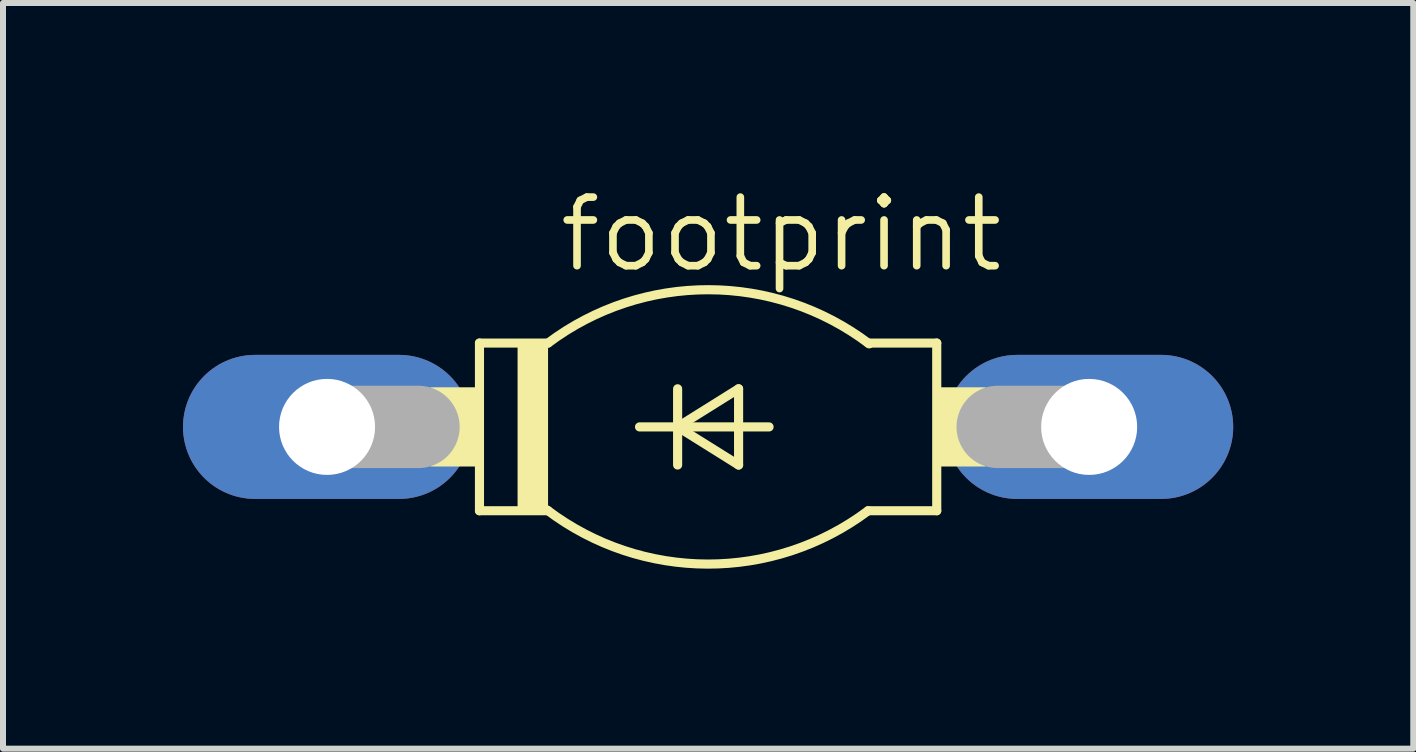
<source format=kicad_pcb>
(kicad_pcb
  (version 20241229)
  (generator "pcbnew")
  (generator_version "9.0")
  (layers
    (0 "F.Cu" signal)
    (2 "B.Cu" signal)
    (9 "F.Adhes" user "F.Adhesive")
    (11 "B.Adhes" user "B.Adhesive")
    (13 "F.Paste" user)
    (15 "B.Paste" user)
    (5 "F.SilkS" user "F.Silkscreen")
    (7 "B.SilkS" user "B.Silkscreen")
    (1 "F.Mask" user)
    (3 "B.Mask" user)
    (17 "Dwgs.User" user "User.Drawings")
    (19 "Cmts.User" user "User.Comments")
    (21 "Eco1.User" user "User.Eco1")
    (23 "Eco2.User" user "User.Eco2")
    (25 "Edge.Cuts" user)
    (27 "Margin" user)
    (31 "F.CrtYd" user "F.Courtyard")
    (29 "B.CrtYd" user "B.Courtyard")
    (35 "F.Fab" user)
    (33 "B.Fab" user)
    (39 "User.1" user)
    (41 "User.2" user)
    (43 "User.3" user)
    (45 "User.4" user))
  (footprint "footprint"
    (layer "F.Cu")
    (at 8.75 4.064)
    (property "Reference" "footprint" (at -2.54 -2.54 0) (layer "F.SilkS") (effects (font (size 1.143 1.143) (thickness 0.127)) (justify left bottom)))
    (fp_line (start -3.81 -1.397) (end -3.81 1.397) (stroke (width 0.152) (type solid)) (layer "F.SilkS"))
    (fp_line (start -3.81 -1.397) (end -2.667 -1.397) (stroke (width 0.152) (type solid)) (layer "F.SilkS"))
    (fp_line (start -3.81 1.397) (end -2.667 1.397) (stroke (width 0.152) (type solid)) (layer "F.SilkS"))
    (fp_line (start -1.143 0) (end -0.508 0) (stroke (width 0.152) (type solid)) (layer "F.SilkS"))
    (fp_line (start -0.508 -0.635) (end -0.508 0) (stroke (width 0.152) (type solid)) (layer "F.SilkS"))
    (fp_line (start -0.508 0) (end -0.508 0.635) (stroke (width 0.152) (type solid)) (layer "F.SilkS"))
    (fp_line (start -0.508 0) (end 0.508 -0.635) (stroke (width 0.152) (type solid)) (layer "F.SilkS"))
    (fp_line (start -0.508 0) (end 1.016 0) (stroke (width 0.152) (type solid)) (layer "F.SilkS"))
    (fp_line (start 0.508 -0.635) (end 0.508 0.635) (stroke (width 0.152) (type solid)) (layer "F.SilkS"))
    (fp_line (start 0.508 0.635) (end -0.508 0) (stroke (width 0.152) (type solid)) (layer "F.SilkS"))
    (fp_line (start 2.667 1.397) (end 3.81 1.397) (stroke (width 0.152) (type solid)) (layer "F.SilkS"))
    (fp_line (start 3.81 -1.397) (end 2.667 -1.397) (stroke (width 0.152) (type solid)) (layer "F.SilkS"))
    (fp_line (start 3.81 1.397) (end 3.81 -1.397) (stroke (width 0.152) (type solid)) (layer "F.SilkS"))
    (fp_arc (start -2.667 -1.397) (mid 0.010709 -2.285983) (end 2.684101 -1.384101) (stroke (width 0.1524) (type solid)) (layer "F.SilkS"))
    (fp_arc (start 2.666999 1.396999) (mid -0.010709 2.285982) (end -2.6841 1.3841) (stroke (width 0.1524) (type solid)) (layer "F.SilkS"))
    (fp_poly (pts (xy -4.623 0.66) (xy -3.81 0.66) (xy -3.81 -0.66) (xy -4.623 -0.66)) (stroke (width 0) (type solid)) (fill yes) (layer "F.SilkS"))
    (fp_poly (pts (xy -3.175 1.397) (xy -2.667 1.397) (xy -2.667 -1.397) (xy -3.175 -1.397)) (stroke (width 0) (type solid)) (fill yes) (layer "F.SilkS"))
    (fp_poly (pts (xy 3.81 0.66) (xy 4.623 0.66) (xy 4.623 -0.66) (xy 3.81 -0.66)) (stroke (width 0) (type solid)) (fill yes) (layer "F.SilkS"))
    (fp_line (start -6.35 0) (end -4.826 0) (stroke (width 1.372) (type solid)) (layer "F.Fab"))
    (fp_line (start 6.35 0) (end 4.826 0) (stroke (width 1.372) (type solid)) (layer "F.Fab"))
    (pad "A" thru_hole oval (at 6.35 0) (size 4.801 2.4) (drill 1.6) (layers "*.Cu" "*.Mask"))
    (pad "C" thru_hole oval (at -6.35 0) (size 4.801 2.4) (drill 1.6) (layers "*.Cu" "*.Mask")))
  (gr_rect
    (start -3 -3)
    (end 20.501 9.426)
    (stroke (width 0.1) (type default))
    (fill no)
    (layer "Edge.Cuts")))
</source>
